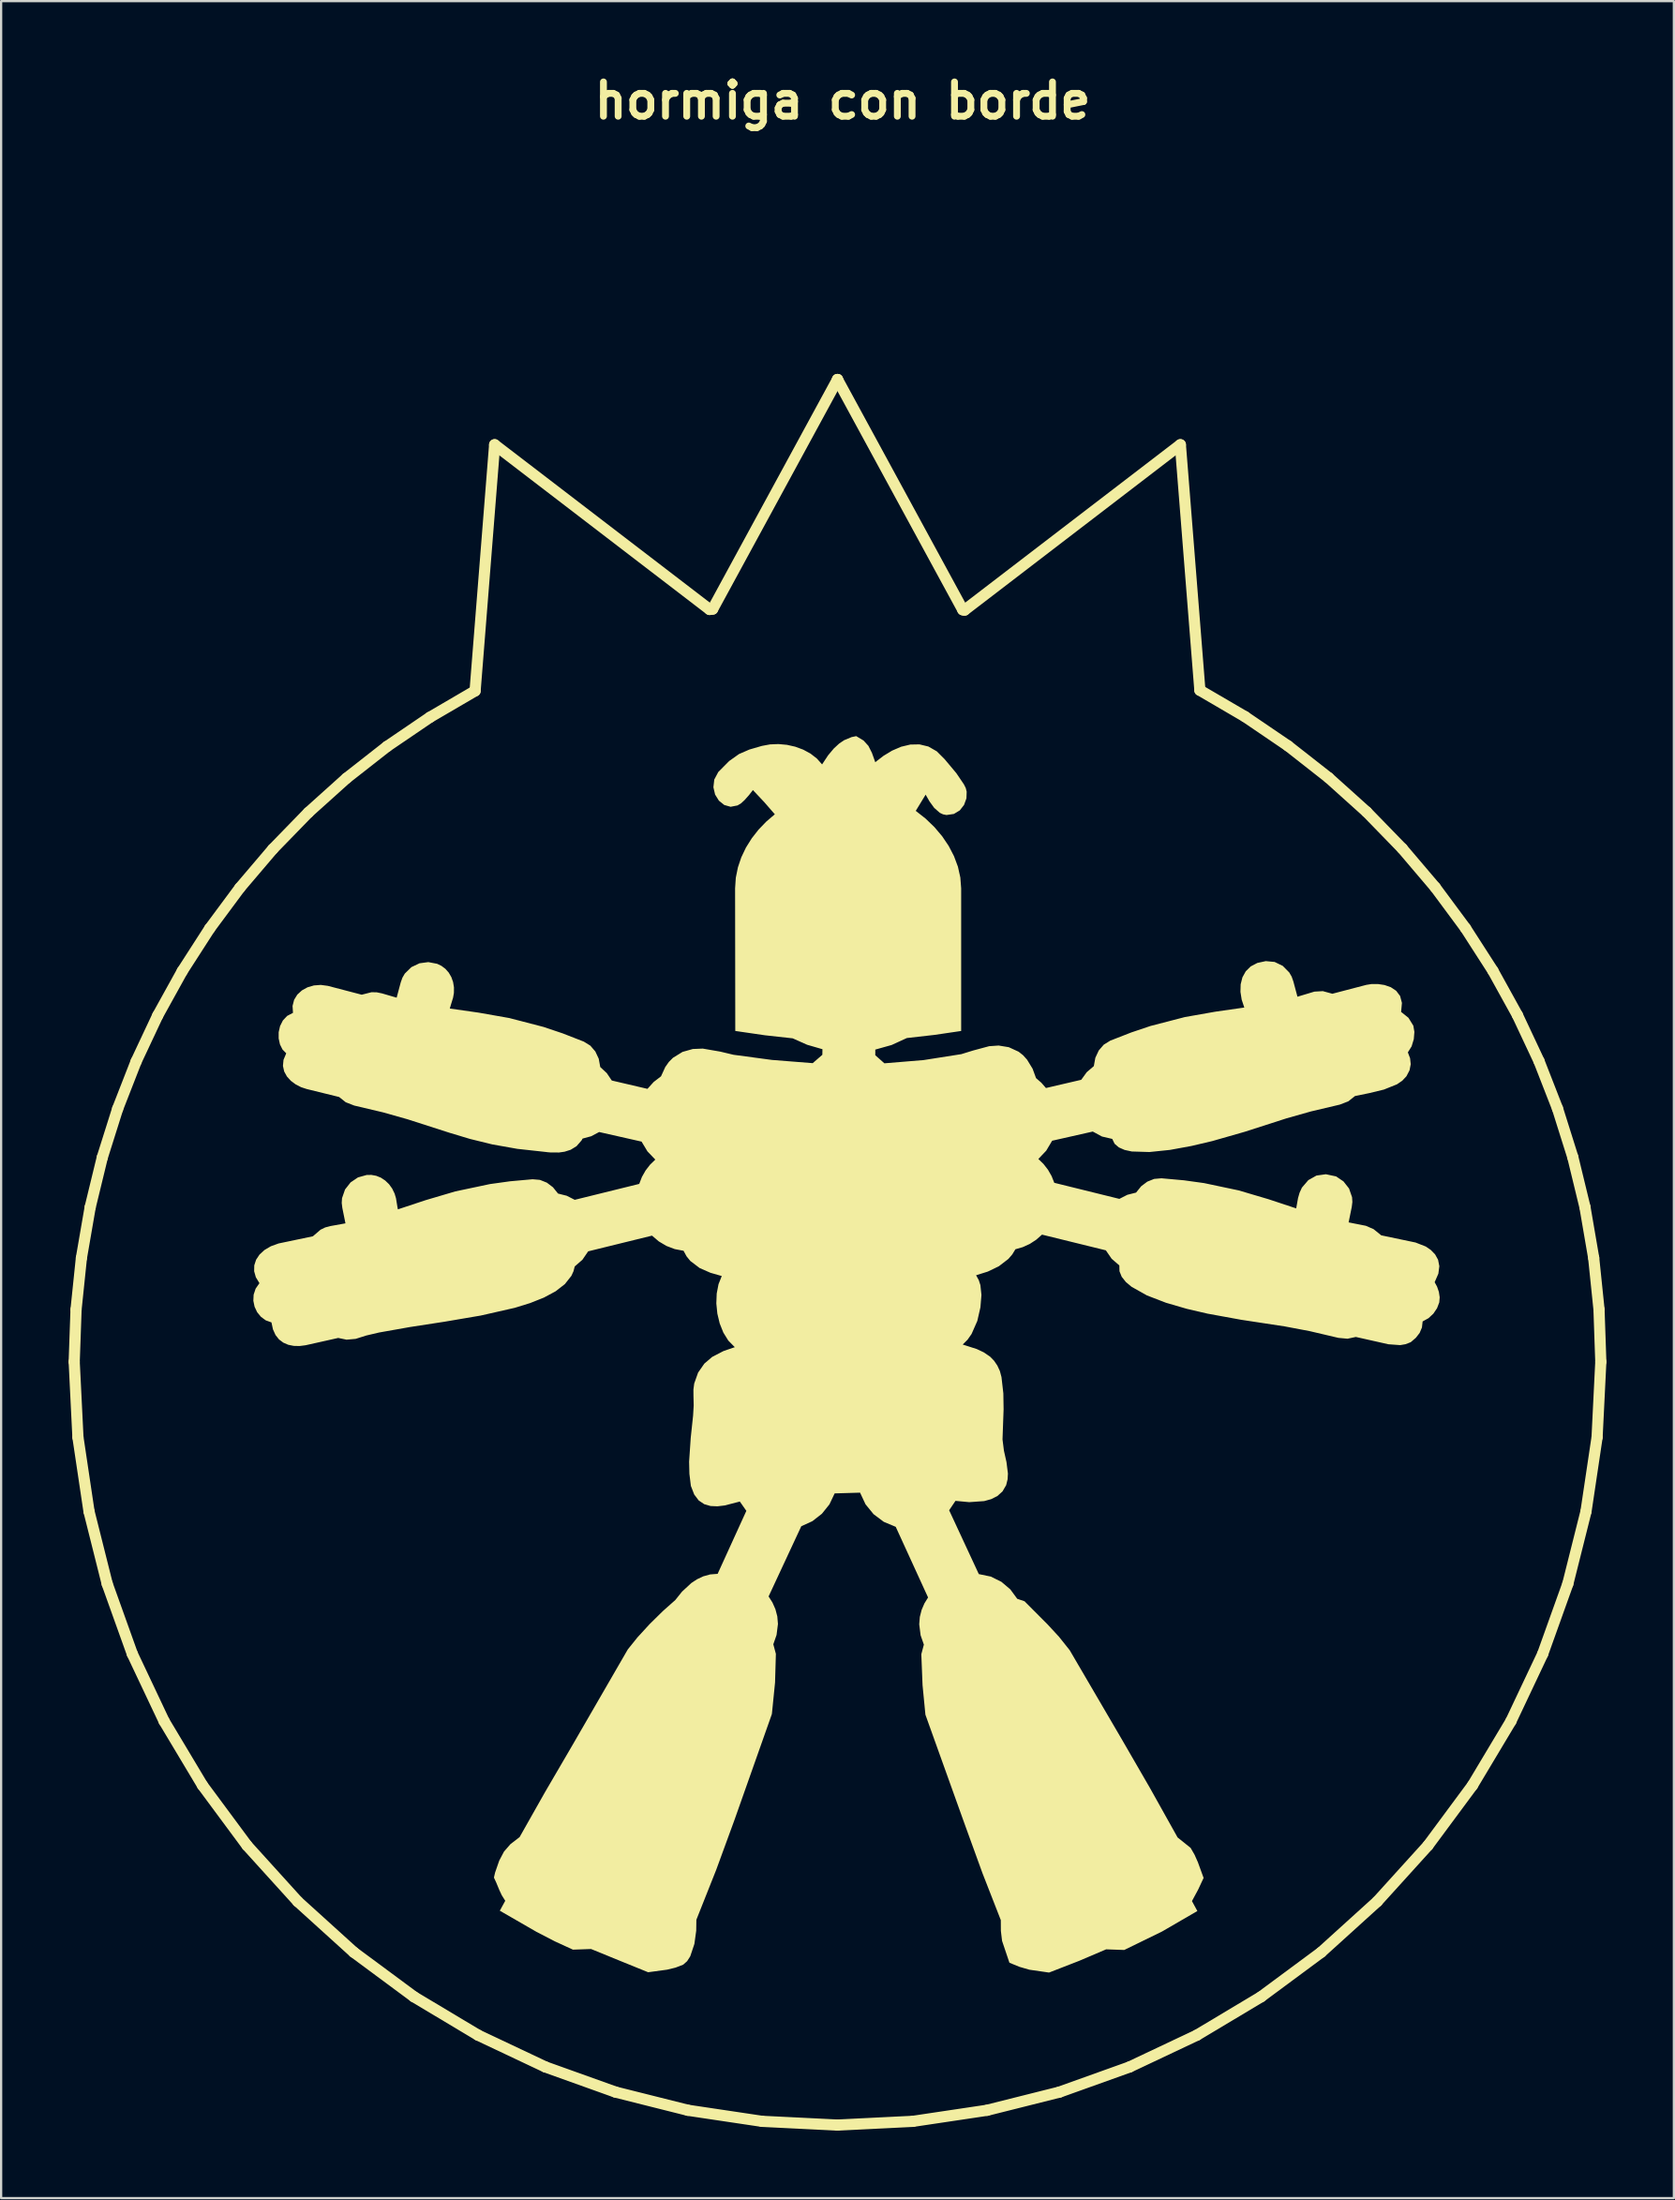
<source format=kicad_pcb>
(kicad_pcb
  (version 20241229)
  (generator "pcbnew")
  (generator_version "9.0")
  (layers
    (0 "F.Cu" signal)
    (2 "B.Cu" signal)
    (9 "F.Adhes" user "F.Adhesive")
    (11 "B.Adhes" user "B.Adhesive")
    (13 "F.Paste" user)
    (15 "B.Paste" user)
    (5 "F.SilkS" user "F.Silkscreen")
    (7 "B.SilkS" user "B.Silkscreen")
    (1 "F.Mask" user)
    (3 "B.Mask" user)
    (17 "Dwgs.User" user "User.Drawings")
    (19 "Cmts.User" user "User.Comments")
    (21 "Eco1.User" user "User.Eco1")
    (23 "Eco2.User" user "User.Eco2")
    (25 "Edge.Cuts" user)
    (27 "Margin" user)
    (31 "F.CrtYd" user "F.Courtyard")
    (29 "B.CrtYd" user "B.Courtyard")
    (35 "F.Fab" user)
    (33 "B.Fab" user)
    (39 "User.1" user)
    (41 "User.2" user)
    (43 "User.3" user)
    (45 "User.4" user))
  (footprint "hormiga con borde"
    (layer "F.Cu")
    (at 34.174 52.607)
    (property "Reference" "hormiga con borde" (at 0.229 -51.181 0) (layer "F.SilkS") (effects (font (size 1.524 1.524) (thickness 0.305))))
    (attr smd)
    (fp_line (start -33.926 4.868) (end -33.76 8.221) (stroke (width 0.496) (type solid)) (layer "F.SilkS"))
    (fp_line (start -33.844 2.545) (end -33.926 4.868) (stroke (width 0.496) (type solid)) (layer "F.SilkS"))
    (fp_line (start -33.76 8.221) (end -33.268 11.517) (stroke (width 0.496) (type solid)) (layer "F.SilkS"))
    (fp_line (start -33.606 0.253) (end -33.844 2.545) (stroke (width 0.496) (type solid)) (layer "F.SilkS"))
    (fp_line (start -33.268 11.517) (end -32.46 14.734) (stroke (width 0.496) (type solid)) (layer "F.SilkS"))
    (fp_line (start -33.216 -2.003) (end -33.606 0.253) (stroke (width 0.496) (type solid)) (layer "F.SilkS"))
    (fp_line (start -32.678 -4.215) (end -33.216 -2.003) (stroke (width 0.496) (type solid)) (layer "F.SilkS"))
    (fp_line (start -32.46 14.734) (end -31.344 17.849) (stroke (width 0.496) (type solid)) (layer "F.SilkS"))
    (fp_line (start -31.996 -6.377) (end -32.678 -4.215) (stroke (width 0.496) (type solid)) (layer "F.SilkS"))
    (fp_line (start -31.344 17.849) (end -29.929 20.842) (stroke (width 0.496) (type solid)) (layer "F.SilkS"))
    (fp_line (start -31.174 -8.482) (end -31.996 -6.377) (stroke (width 0.496) (type solid)) (layer "F.SilkS"))
    (fp_line (start -30.215 -10.523) (end -31.174 -8.482) (stroke (width 0.496) (type solid)) (layer "F.SilkS"))
    (fp_line (start -29.929 20.842) (end -28.226 23.688) (stroke (width 0.496) (type solid)) (layer "F.SilkS"))
    (fp_line (start -29.124 -12.495) (end -30.215 -10.523) (stroke (width 0.496) (type solid)) (layer "F.SilkS"))
    (fp_line (start -28.226 23.688) (end -26.243 26.366) (stroke (width 0.496) (type solid)) (layer "F.SilkS"))
    (fp_line (start -27.904 -14.39) (end -29.124 -12.495) (stroke (width 0.496) (type solid)) (layer "F.SilkS"))
    (fp_line (start -26.561 -16.201) (end -27.904 -14.39) (stroke (width 0.496) (type solid)) (layer "F.SilkS"))
    (fp_line (start -26.243 26.366) (end -23.989 28.854) (stroke (width 0.496) (type solid)) (layer "F.SilkS"))
    (fp_line (start -25.096 -17.923) (end -26.561 -16.201) (stroke (width 0.496) (type solid)) (layer "F.SilkS"))
    (fp_line (start -23.989 28.854) (end -21.501 31.108) (stroke (width 0.496) (type solid)) (layer "F.SilkS"))
    (fp_line (start -23.516 -19.548) (end -25.096 -17.923) (stroke (width 0.496) (type solid)) (layer "F.SilkS"))
    (fp_line (start -21.823 -21.07) (end -23.516 -19.548) (stroke (width 0.496) (type solid)) (layer "F.SilkS"))
    (fp_line (start -21.501 31.108) (end -18.822 33.091) (stroke (width 0.496) (type solid)) (layer "F.SilkS"))
    (fp_line (start -20.021 -22.482) (end -21.823 -21.07) (stroke (width 0.496) (type solid)) (layer "F.SilkS"))
    (fp_line (start -18.822 33.091) (end -15.975 34.794) (stroke (width 0.496) (type solid)) (layer "F.SilkS"))
    (fp_line (start -18.115 -23.778) (end -20.021 -22.482) (stroke (width 0.496) (type solid)) (layer "F.SilkS"))
    (fp_line (start -16.108 -24.951) (end -18.115 -23.778) (stroke (width 0.496) (type solid)) (layer "F.SilkS"))
    (fp_line (start -15.975 34.794) (end -12.983 36.208) (stroke (width 0.496) (type solid)) (layer "F.SilkS"))
    (fp_line (start -15.239 -35.892) (end -16.108 -24.951) (stroke (width 0.496) (type solid)) (layer "F.SilkS"))
    (fp_line (start -12.983 36.208) (end -9.867 37.324) (stroke (width 0.496) (type solid)) (layer "F.SilkS"))
    (fp_line (start -9.867 37.324) (end -6.65 38.132) (stroke (width 0.496) (type solid)) (layer "F.SilkS"))
    (fp_line (start -6.65 38.132) (end -3.353 38.624) (stroke (width 0.496) (type solid)) (layer "F.SilkS"))
    (fp_line (start -5.685 -28.57) (end -15.239 -35.892) (stroke (width 0.496) (type solid)) (layer "F.SilkS"))
    (fp_line (start -5.549 -28.586) (end -5.685 -28.57) (stroke (width 0.496) (type solid)) (layer "F.SilkS"))
    (fp_line (start -3.353 38.624) (end 0.000036 38.79) (stroke (width 0.496) (type solid)) (layer "F.SilkS"))
    (fp_line (start 0.000035 -38.79) (end -5.549 -28.586) (stroke (width 0.496) (type solid)) (layer "F.SilkS"))
    (fp_line (start 0.000036 38.79) (end 3.353 38.624) (stroke (width 0.496) (type solid)) (layer "F.SilkS"))
    (fp_line (start 0.000037 -38.79) (end 0.000035 -38.79) (stroke (width 0.496) (type solid)) (layer "F.SilkS"))
    (fp_line (start 3.353 38.624) (end 6.65 38.132) (stroke (width 0.496) (type solid)) (layer "F.SilkS"))
    (fp_line (start 5.566 -28.555) (end 0.000037 -38.79) (stroke (width 0.496) (type solid)) (layer "F.SilkS"))
    (fp_line (start 5.649 -28.542) (end 5.566 -28.555) (stroke (width 0.496) (type solid)) (layer "F.SilkS"))
    (fp_line (start 6.65 38.132) (end 9.867 37.324) (stroke (width 0.496) (type solid)) (layer "F.SilkS"))
    (fp_line (start 9.867 37.324) (end 12.983 36.208) (stroke (width 0.496) (type solid)) (layer "F.SilkS"))
    (fp_line (start 12.983 36.208) (end 15.975 34.794) (stroke (width 0.496) (type solid)) (layer "F.SilkS"))
    (fp_line (start 15.239 -35.892) (end 5.649 -28.542) (stroke (width 0.496) (type solid)) (layer "F.SilkS"))
    (fp_line (start 15.975 34.794) (end 18.822 33.091) (stroke (width 0.496) (type solid)) (layer "F.SilkS"))
    (fp_line (start 16.106 -24.978) (end 15.239 -35.892) (stroke (width 0.496) (type solid)) (layer "F.SilkS"))
    (fp_line (start 18.114 -23.805) (end 16.106 -24.978) (stroke (width 0.496) (type solid)) (layer "F.SilkS"))
    (fp_line (start 18.822 33.091) (end 21.501 31.108) (stroke (width 0.496) (type solid)) (layer "F.SilkS"))
    (fp_line (start 20.022 -22.508) (end 18.114 -23.805) (stroke (width 0.496) (type solid)) (layer "F.SilkS"))
    (fp_line (start 21.501 31.108) (end 23.989 28.854) (stroke (width 0.496) (type solid)) (layer "F.SilkS"))
    (fp_line (start 21.825 -21.094) (end 20.022 -22.508) (stroke (width 0.496) (type solid)) (layer "F.SilkS"))
    (fp_line (start 23.519 -19.571) (end 21.825 -21.094) (stroke (width 0.496) (type solid)) (layer "F.SilkS"))
    (fp_line (start 23.989 28.854) (end 26.243 26.366) (stroke (width 0.496) (type solid)) (layer "F.SilkS"))
    (fp_line (start 25.101 -17.944) (end 23.519 -19.571) (stroke (width 0.496) (type solid)) (layer "F.SilkS"))
    (fp_line (start 26.243 26.366) (end 28.226 23.688) (stroke (width 0.496) (type solid)) (layer "F.SilkS"))
    (fp_line (start 26.566 -16.221) (end 25.101 -17.944) (stroke (width 0.496) (type solid)) (layer "F.SilkS"))
    (fp_line (start 27.91 -14.407) (end 26.566 -16.221) (stroke (width 0.496) (type solid)) (layer "F.SilkS"))
    (fp_line (start 28.226 23.688) (end 29.929 20.842) (stroke (width 0.496) (type solid)) (layer "F.SilkS"))
    (fp_line (start 29.13 -12.511) (end 27.91 -14.407) (stroke (width 0.496) (type solid)) (layer "F.SilkS"))
    (fp_line (start 29.929 20.842) (end 31.344 17.849) (stroke (width 0.496) (type solid)) (layer "F.SilkS"))
    (fp_line (start 30.221 -10.537) (end 29.13 -12.511) (stroke (width 0.496) (type solid)) (layer "F.SilkS"))
    (fp_line (start 31.18 -8.494) (end 30.221 -10.537) (stroke (width 0.496) (type solid)) (layer "F.SilkS"))
    (fp_line (start 31.344 17.849) (end 32.46 14.734) (stroke (width 0.496) (type solid)) (layer "F.SilkS"))
    (fp_line (start 32.002 -6.387) (end 31.18 -8.494) (stroke (width 0.496) (type solid)) (layer "F.SilkS"))
    (fp_line (start 32.46 14.734) (end 33.268 11.517) (stroke (width 0.496) (type solid)) (layer "F.SilkS"))
    (fp_line (start 32.683 -4.223) (end 32.002 -6.387) (stroke (width 0.496) (type solid)) (layer "F.SilkS"))
    (fp_line (start 33.221 -2.009) (end 32.683 -4.223) (stroke (width 0.496) (type solid)) (layer "F.SilkS"))
    (fp_line (start 33.268 11.517) (end 33.76 8.221) (stroke (width 0.496) (type solid)) (layer "F.SilkS"))
    (fp_line (start 33.609 0.249) (end 33.221 -2.009) (stroke (width 0.496) (type solid)) (layer "F.SilkS"))
    (fp_line (start 33.76 8.221) (end 33.926 4.868) (stroke (width 0.496) (type solid)) (layer "F.SilkS"))
    (fp_line (start 33.846 2.543) (end 33.609 0.249) (stroke (width 0.496) (type solid)) (layer "F.SilkS"))
    (fp_line (start 33.926 4.868) (end 33.846 2.543) (stroke (width 0.496) (type solid)) (layer "F.SilkS"))
    (fp_poly (pts (xy -0.685 -21.684) (xy -0.919 -21.946) (xy -1.203 -22.166) (xy -1.526 -22.341) (xy -1.879 -22.471) (xy -2.249 -22.554) (xy -2.626 -22.588) (xy -3 -22.573) (xy -3.36 -22.506) (xy -3.918 -22.344) (xy -4.379 -22.143) (xy -4.815 -21.834) (xy -5.299 -21.346) (xy -5.477 -21.011) (xy -5.516 -20.667) (xy -5.441 -20.344) (xy -5.272 -20.072) (xy -5.035 -19.881) (xy -4.751 -19.8) (xy -4.444 -19.86) (xy -4.288 -19.953) (xy -4.136 -20.092) (xy -3.937 -20.315) (xy -3.76 -20.543) (xy -3.256 -20.007) (xy -2.786 -19.467) (xy -3.168 -19.14) (xy -3.512 -18.782) (xy -3.813 -18.397) (xy -4.069 -17.988) (xy -4.275 -17.557) (xy -4.426 -17.11) (xy -4.52 -16.648) (xy -4.552 -16.175) (xy -4.544 -9.837) (xy -3.226 -9.645) (xy -1.991 -9.509) (xy -1.35 -9.223) (xy -0.669 -9.026) (xy -0.674 -8.778) (xy -1.102 -8.406) (xy -2.913 -8.549) (xy -4.621 -8.778) (xy -5.213 -8.919) (xy -5.989 -9.053) (xy -6.431 -9.035) (xy -6.888 -8.906) (xy -7.312 -8.645) (xy -7.497 -8.459) (xy -7.656 -8.233) (xy -7.844 -7.821) (xy -8.171 -7.569) (xy -8.447 -7.264) (xy -10.032 -7.634) (xy -10.255 -7.963) (xy -10.545 -8.234) (xy -10.613 -8.603) (xy -10.764 -8.926) (xy -10.987 -9.185) (xy -11.275 -9.363) (xy -12.211 -9.728) (xy -13.067 -10.016) (xy -14.589 -10.411) (xy -15.944 -10.65) (xy -17.232 -10.834) (xy -17.2 -10.945) (xy -17.086 -11.317) (xy -17.049 -11.529) (xy -17.047 -11.774) (xy -17.086 -12.012) (xy -17.165 -12.234) (xy -17.281 -12.432) (xy -17.43 -12.6) (xy -17.604 -12.73) (xy -17.793 -12.821) (xy -18.187 -12.897) (xy -18.578 -12.845) (xy -18.94 -12.673) (xy -19.232 -12.387) (xy -19.339 -12.203) (xy -19.413 -11.994) (xy -19.595 -11.316) (xy -20.241 -11.505) (xy -20.481 -11.555) (xy -20.715 -11.558) (xy -21.147 -11.448) (xy -22.655 -11.842) (xy -22.967 -11.883) (xy -23.272 -11.86) (xy -23.556 -11.777) (xy -23.806 -11.639) (xy -24.01 -11.452) (xy -24.152 -11.22) (xy -24.221 -10.949) (xy -24.202 -10.642) (xy -24.461 -10.506) (xy -24.652 -10.303) (xy -24.776 -10.055) (xy -24.838 -9.781) (xy -24.838 -9.503) (xy -24.781 -9.24) (xy -24.668 -9.013) (xy -24.502 -8.843) (xy -24.623 -8.554) (xy -24.648 -8.283) (xy -24.593 -8.035) (xy -24.471 -7.813) (xy -24.295 -7.62) (xy -24.081 -7.461) (xy -23.842 -7.338) (xy -23.592 -7.256) (xy -22.152 -6.902) (xy -21.855 -6.667) (xy -21.478 -6.521) (xy -20.195 -6.218) (xy -19.109 -5.911) (xy -17.246 -5.312) (xy -16.331 -5.037) (xy -15.346 -4.795) (xy -14.231 -4.597) (xy -12.928 -4.454) (xy -12.897 -4.449) (xy -12.759 -4.437) (xy -12.377 -4.435) (xy -12.131 -4.47) (xy -11.862 -4.555) (xy -11.6 -4.715) (xy -11.375 -4.973) (xy -11.33 -5.054) (xy -10.945 -5.158) (xy -10.594 -5.345) (xy -8.709 -4.919) (xy -8.447 -4.484) (xy -8.099 -4.12) (xy -8.332 -3.893) (xy -8.531 -3.635) (xy -8.693 -3.349) (xy -8.813 -3.039) (xy -11.679 -2.332) (xy -12.035 -2.513) (xy -12.422 -2.61) (xy -12.647 -2.89) (xy -12.92 -3.096) (xy -13.226 -3.218) (xy -13.551 -3.246) (xy -14.552 -3.156) (xy -15.446 -3.032) (xy -16.985 -2.707) (xy -18.305 -2.317) (xy -19.54 -1.908) (xy -19.561 -2.021) (xy -19.624 -2.405) (xy -19.686 -2.611) (xy -19.793 -2.832) (xy -19.934 -3.027) (xy -20.104 -3.19) (xy -20.296 -3.317) (xy -20.504 -3.4) (xy -20.718 -3.439) (xy -20.927 -3.436) (xy -21.314 -3.328) (xy -21.641 -3.107) (xy -21.888 -2.792) (xy -22.022 -2.406) (xy -22.036 -2.194) (xy -22.009 -1.973) (xy -21.87 -1.286) (xy -22.532 -1.167) (xy -22.769 -1.105) (xy -22.98 -1.002) (xy -23.318 -0.711) (xy -24.843 -0.392) (xy -25.186 -0.268) (xy -25.469 -0.101) (xy -25.689 0.101) (xy -25.842 0.331) (xy -25.923 0.581) (xy -25.928 0.843) (xy -25.853 1.109) (xy -25.693 1.372) (xy -25.863 1.617) (xy -25.951 1.883) (xy -25.964 2.155) (xy -25.909 2.42) (xy -25.794 2.663) (xy -25.625 2.869) (xy -25.412 3.025) (xy -25.159 3.116) (xy -25.092 3.426) (xy -24.978 3.677) (xy -24.823 3.873) (xy -24.632 4.016) (xy -24.412 4.111) (xy -24.169 4.16) (xy -23.909 4.166) (xy -23.638 4.131) (xy -22.191 3.807) (xy -21.82 3.884) (xy -21.417 3.848) (xy -20.944 3.699) (xy -20.373 3.565) (xy -19.008 3.323) (xy -17.457 3.084) (xy -15.857 2.812) (xy -14.343 2.468) (xy -13.661 2.257) (xy -13.051 2.014) (xy -12.531 1.735) (xy -12.118 1.414) (xy -11.828 1.047) (xy -11.735 0.844) (xy -11.679 0.629) (xy -11.338 0.332) (xy -11.082 -0.042) (xy -8.244 -0.74) (xy -7.942 -0.483) (xy -7.603 -0.282) (xy -7.234 -0.142) (xy -6.843 -0.067) (xy -6.71 0.179) (xy -6.542 0.385) (xy -6.128 0.7) (xy -5.647 0.911) (xy -5.145 1.055) (xy -5.289 1.419) (xy -5.369 1.832) (xy -5.386 2.274) (xy -5.341 2.724) (xy -5.236 3.163) (xy -5.074 3.569) (xy -4.855 3.922) (xy -4.582 4.201) (xy -4.562 4.215) (xy -5.071 4.391) (xy -5.569 4.649) (xy -5.919 4.948) (xy -6.197 5.348) (xy -6.369 5.832) (xy -6.404 6.1) (xy -6.402 6.384) (xy -6.392 6.805) (xy -6.419 7.26) (xy -6.524 8.25) (xy -6.596 9.307) (xy -6.583 9.846) (xy -6.517 10.383) (xy -6.37 10.764) (xy -6.17 11.029) (xy -5.924 11.195) (xy -5.643 11.277) (xy -5.335 11.29) (xy -5.01 11.251) (xy -4.341 11.078) (xy -4.052 11.492) (xy -5.328 14.291) (xy -5.661 14.317) (xy -5.967 14.402) (xy -6.245 14.533) (xy -6.495 14.698) (xy -6.91 15.081) (xy -7.209 15.455) (xy -7.762 15.946) (xy -8.348 16.523) (xy -8.892 17.116) (xy -9.322 17.652) (xy -11.791 21.922) (xy -13.002 23.996) (xy -14.13 25.992) (xy -14.536 26.304) (xy -14.822 26.633) (xy -15.035 27.036) (xy -15.22 27.569) (xy -15.271 27.791) (xy -15.176 27.995) (xy -15.029 28.348) (xy -14.921 28.578) (xy -14.768 28.822) (xy -15.009 29.263) (xy -13.377 30.204) (xy -12.565 30.624) (xy -11.759 30.994) (xy -10.954 30.965) (xy -9.644 31.5) (xy -8.417 31.998) (xy -7.57 31.883) (xy -7.198 31.792) (xy -6.86 31.662) (xy -6.684 31.507) (xy -6.545 31.29) (xy -6.361 30.74) (xy -6.28 30.152) (xy -6.273 29.666) (xy -5.39 27.443) (xy -4.581 25.233) (xy -2.939 20.585) (xy -2.921 20.536) (xy -2.913 20.485) (xy -2.776 19.12) (xy -2.739 17.848) (xy -2.853 17.422) (xy -2.709 17.007) (xy -2.647 16.519) (xy -2.676 16.181) (xy -2.76 15.862) (xy -2.891 15.566) (xy -3.063 15.296) (xy -1.61 12.176) (xy -1.116 11.95) (xy -0.694 11.621) (xy -0.359 11.204) (xy -0.127 10.716) (xy 1.003 10.683) (xy 1.245 11.201) (xy 1.603 11.64) (xy 2.057 11.98) (xy 2.588 12.202) (xy 4.025 15.341) (xy 3.862 15.606) (xy 3.738 15.895) (xy 3.659 16.205) (xy 3.632 16.533) (xy 3.694 17.022) (xy 3.838 17.437) (xy 3.725 17.863) (xy 3.78 19.244) (xy 3.907 20.551) (xy 5.62 25.326) (xy 6.442 27.592) (xy 7.258 29.681) (xy 7.261 30.158) (xy 7.314 30.604) (xy 7.641 31.575) (xy 8.085 31.757) (xy 8.526 31.885) (xy 9.402 32.012) (xy 10.737 31.493) (xy 11.94 30.98) (xy 12.745 31.008) (xy 14.428 30.186) (xy 15.994 29.277) (xy 15.754 28.836) (xy 16.028 28.327) (xy 16.272 27.806) (xy 16.017 27.106) (xy 15.871 26.778) (xy 15.695 26.472) (xy 15.115 26.006) (xy 13.889 23.812) (xy 12.649 21.668) (xy 10.32 17.685) (xy 9.844 17.087) (xy 9.335 16.536) (xy 8.315 15.512) (xy 7.988 15.4) (xy 7.682 14.983) (xy 7.286 14.647) (xy 6.814 14.413) (xy 6.28 14.302) (xy 4.962 11.465) (xy 5.243 11.048) (xy 5.854 11.105) (xy 6.518 11.058) (xy 6.829 10.972) (xy 7.107 10.832) (xy 7.334 10.627) (xy 7.496 10.349) (xy 7.56 10.091) (xy 7.575 9.834) (xy 7.51 9.323) (xy 7.397 8.817) (xy 7.334 8.317) (xy 7.382 6.978) (xy 7.371 6.271) (xy 7.288 5.545) (xy 7.216 5.276) (xy 7.103 5.032) (xy 6.957 4.818) (xy 6.785 4.641) (xy 6.497 4.445) (xy 6.192 4.301) (xy 5.565 4.1) (xy 5.781 3.884) (xy 5.959 3.63) (xy 6.214 3.051) (xy 6.352 2.446) (xy 6.397 1.896) (xy 6.351 1.458) (xy 6.278 1.235) (xy 6.16 1.021) (xy 6.679 0.858) (xy 7.171 0.621) (xy 7.595 0.295) (xy 7.768 0.094) (xy 7.908 -0.135) (xy 8.237 -0.23) (xy 8.547 -0.372) (xy 8.832 -0.558) (xy 9.089 -0.785) (xy 11.927 -0.087) (xy 12.183 0.286) (xy 12.526 0.583) (xy 12.533 0.844) (xy 12.632 1.089) (xy 12.814 1.319) (xy 13.069 1.533) (xy 13.752 1.917) (xy 14.599 2.243) (xy 15.525 2.513) (xy 16.446 2.727) (xy 17.938 2.999) (xy 19.872 3.293) (xy 20.982 3.503) (xy 22.265 3.804) (xy 22.668 3.841) (xy 23.038 3.763) (xy 24.485 4.088) (xy 25.01 4.126) (xy 25.252 4.084) (xy 25.478 3.995) (xy 25.706 3.8) (xy 25.874 3.584) (xy 25.976 3.343) (xy 26.007 3.073) (xy 26.269 2.928) (xy 26.485 2.726) (xy 26.647 2.486) (xy 26.746 2.227) (xy 26.765 1.999) (xy 26.728 1.758) (xy 26.648 1.526) (xy 26.541 1.329) (xy 26.706 0.95) (xy 26.749 0.618) (xy 26.693 0.332) (xy 26.56 0.092) (xy 26.371 -0.103) (xy 26.148 -0.256) (xy 25.691 -0.435) (xy 24.166 -0.754) (xy 23.826 -1.029) (xy 23.482 -1.178) (xy 22.717 -1.329) (xy 22.857 -2.017) (xy 22.884 -2.237) (xy 22.87 -2.449) (xy 22.736 -2.835) (xy 22.489 -3.15) (xy 22.162 -3.372) (xy 21.705 -3.469) (xy 21.287 -3.41) (xy 20.926 -3.207) (xy 20.641 -2.874) (xy 20.536 -2.645) (xy 20.469 -2.411) (xy 20.387 -1.951) (xy 19.152 -2.36) (xy 17.833 -2.75) (xy 16.294 -3.075) (xy 15.399 -3.199) (xy 14.399 -3.289) (xy 14.074 -3.261) (xy 13.768 -3.139) (xy 13.495 -2.933) (xy 13.27 -2.653) (xy 12.882 -2.555) (xy 12.527 -2.374) (xy 9.635 -3.088) (xy 9.514 -3.391) (xy 9.353 -3.671) (xy 9.156 -3.924) (xy 8.927 -4.147) (xy 9.277 -4.516) (xy 9.54 -4.958) (xy 11.346 -5.366) (xy 11.756 -5.145) (xy 12.211 -5.039) (xy 12.316 -4.823) (xy 12.503 -4.662) (xy 12.761 -4.549) (xy 13.08 -4.48) (xy 13.864 -4.456) (xy 14.774 -4.55) (xy 15.731 -4.725) (xy 16.656 -4.943) (xy 18.094 -5.354) (xy 19.956 -5.953) (xy 21.042 -6.26) (xy 22.325 -6.563) (xy 22.703 -6.709) (xy 23 -6.944) (xy 23.633 -7.074) (xy 24.286 -7.232) (xy 24.868 -7.466) (xy 25.103 -7.627) (xy 25.287 -7.824) (xy 25.425 -8.089) (xy 25.477 -8.358) (xy 25.449 -8.625) (xy 25.35 -8.885) (xy 25.517 -9.152) (xy 25.614 -9.473) (xy 25.64 -9.795) (xy 25.594 -10.07) (xy 25.377 -10.422) (xy 25.05 -10.684) (xy 25.087 -11.082) (xy 25.005 -11.392) (xy 24.831 -11.622) (xy 24.591 -11.782) (xy 24.312 -11.879) (xy 24.02 -11.923) (xy 23.742 -11.923) (xy 23.503 -11.885) (xy 21.995 -11.491) (xy 21.57 -11.607) (xy 21.196 -11.585) (xy 20.443 -11.359) (xy 20.261 -12.037) (xy 20.187 -12.248) (xy 20.08 -12.435) (xy 19.789 -12.73) (xy 19.428 -12.904) (xy 19.035 -12.941) (xy 18.66 -12.86) (xy 18.364 -12.705) (xy 18.144 -12.487) (xy 17.996 -12.218) (xy 17.919 -11.91) (xy 17.909 -11.576) (xy 17.964 -11.228) (xy 18.08 -10.878) (xy 16.792 -10.693) (xy 15.437 -10.454) (xy 13.914 -10.059) (xy 13.058 -9.771) (xy 12.122 -9.406) (xy 11.834 -9.228) (xy 11.611 -8.969) (xy 11.46 -8.645) (xy 11.392 -8.274) (xy 11.076 -8.003) (xy 10.832 -7.666) (xy 9.265 -7.301) (xy 9.06 -7.536) (xy 8.824 -7.741) (xy 8.671 -8.159) (xy 8.425 -8.561) (xy 8.247 -8.759) (xy 8.049 -8.915) (xy 7.613 -9.115) (xy 7.162 -9.189) (xy 6.741 -9.16) (xy 6.027 -8.968) (xy 5.503 -8.806) (xy 3.827 -8.543) (xy 2.084 -8.399) (xy 1.679 -8.758) (xy 1.68 -9.009) (xy 2.407 -9.213) (xy 3.081 -9.522) (xy 4.314 -9.662) (xy 5.496 -9.836) (xy 5.496 -16.175) (xy 5.459 -16.658) (xy 5.352 -17.137) (xy 5.178 -17.605) (xy 4.943 -18.058) (xy 4.651 -18.491) (xy 4.306 -18.899) (xy 3.914 -19.276) (xy 3.478 -19.619) (xy 3.917 -20.339) (xy 4.091 -20.036) (xy 4.3 -19.748) (xy 4.55 -19.53) (xy 4.691 -19.464) (xy 4.845 -19.434) (xy 5.173 -19.482) (xy 5.436 -19.641) (xy 5.624 -19.882) (xy 5.73 -20.174) (xy 5.741 -20.471) (xy 5.701 -20.632) (xy 5.62 -20.795) (xy 5.281 -21.295) (xy 4.759 -21.919) (xy 4.413 -22.265) (xy 4.038 -22.479) (xy 3.643 -22.574) (xy 3.236 -22.566) (xy 2.828 -22.469) (xy 2.426 -22.296) (xy 2.04 -22.062) (xy 1.678 -21.782) (xy 1.53 -22.197) (xy 1.373 -22.508) (xy 1.157 -22.745) (xy 0.832 -22.94) (xy 0.627 -22.898) (xy 0.285 -22.755) (xy 0.072 -22.609) (xy -0.164 -22.391) (xy -0.418 -22.088) (xy -0.685 -21.684) (xy -0.685 -21.684) (xy -0.685 -21.684)) (stroke (width 0) (type solid)) (fill yes) (layer "F.SilkS")))
  (gr_rect
    (start -3 -3)
    (end 71.348 94.645)
    (stroke (width 0.1) (type default))
    (fill no)
    (layer "Edge.Cuts")))
</source>
